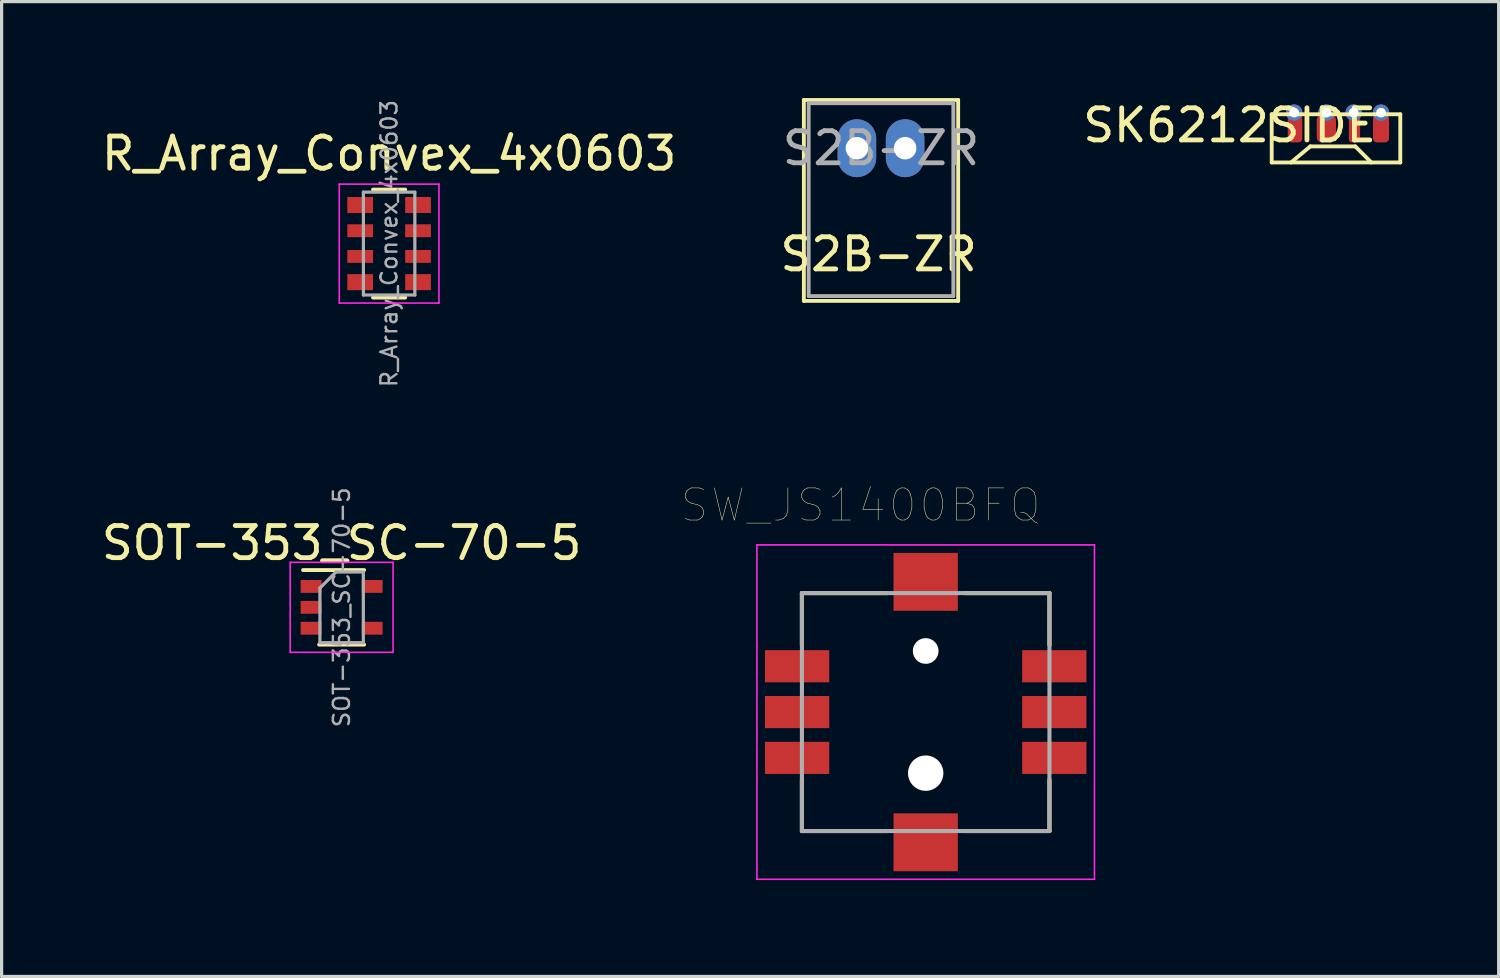
<source format=kicad_pcb>
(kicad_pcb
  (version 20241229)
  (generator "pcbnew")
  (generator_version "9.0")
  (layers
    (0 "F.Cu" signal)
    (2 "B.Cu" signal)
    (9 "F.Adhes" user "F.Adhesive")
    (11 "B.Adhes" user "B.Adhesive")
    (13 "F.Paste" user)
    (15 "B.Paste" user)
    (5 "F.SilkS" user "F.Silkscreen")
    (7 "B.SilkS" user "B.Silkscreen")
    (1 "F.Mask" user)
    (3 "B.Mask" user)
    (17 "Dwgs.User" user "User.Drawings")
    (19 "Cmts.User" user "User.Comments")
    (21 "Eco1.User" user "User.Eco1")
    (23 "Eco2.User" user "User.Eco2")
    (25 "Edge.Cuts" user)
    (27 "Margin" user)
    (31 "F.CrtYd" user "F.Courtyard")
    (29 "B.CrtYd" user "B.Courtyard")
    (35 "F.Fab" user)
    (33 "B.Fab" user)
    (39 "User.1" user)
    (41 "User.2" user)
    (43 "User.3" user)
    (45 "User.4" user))
  (footprint "R_Array_Convex_4x0603"
    (layer "F.Cu")
    (at 9.054 4.527)
    (property "Reference" "R_Array_Convex_4x0603" (at 0 -2.8 0) (layer "F.SilkS") (effects (font (size 1 1) (thickness 0.15))))
    (attr smd)
    (fp_line (start 0.5 -1.68) (end -0.5 -1.68) (stroke (width 0.12) (type solid)) (layer "F.SilkS"))
    (fp_line (start 0.5 1.68) (end -0.5 1.68) (stroke (width 0.12) (type solid)) (layer "F.SilkS"))
    (fp_line (start -1.55 -1.85) (end -1.55 1.85) (stroke (width 0.05) (type solid)) (layer "F.CrtYd"))
    (fp_line (start -1.55 -1.85) (end 1.55 -1.85) (stroke (width 0.05) (type solid)) (layer "F.CrtYd"))
    (fp_line (start 1.55 1.85) (end -1.55 1.85) (stroke (width 0.05) (type solid)) (layer "F.CrtYd"))
    (fp_line (start 1.55 1.85) (end 1.55 -1.85) (stroke (width 0.05) (type solid)) (layer "F.CrtYd"))
    (fp_line (start -0.8 -1.6) (end 0.8 -1.6) (stroke (width 0.1) (type solid)) (layer "F.Fab"))
    (fp_line (start -0.8 1.6) (end -0.8 -1.6) (stroke (width 0.1) (type solid)) (layer "F.Fab"))
    (fp_line (start 0.8 -1.6) (end 0.8 1.6) (stroke (width 0.1) (type solid)) (layer "F.Fab"))
    (fp_line (start 0.8 1.6) (end -0.8 1.6) (stroke (width 0.1) (type solid)) (layer "F.Fab"))
    (fp_text user "${REFERENCE}" (at 0 0 270) (layer "F.Fab") (effects (font (size 0.5 0.5) (thickness 0.075))))
    (pad "1" smd rect (at -0.9 -1.2) (size 0.8 0.5) (layers "F.Cu" "F.Mask" "F.Paste"))
    (pad "2" smd rect (at -0.9 -0.4) (size 0.8 0.4) (layers "F.Cu" "F.Mask" "F.Paste"))
    (pad "3" smd rect (at -0.9 0.4) (size 0.8 0.4) (layers "F.Cu" "F.Mask" "F.Paste"))
    (pad "4" smd rect (at -0.9 1.2) (size 0.8 0.5) (layers "F.Cu" "F.Mask" "F.Paste"))
    (pad "5" smd rect (at 0.9 1.2) (size 0.8 0.5) (layers "F.Cu" "F.Mask" "F.Paste"))
    (pad "6" smd rect (at 0.9 0.4) (size 0.8 0.4) (layers "F.Cu" "F.Mask" "F.Paste"))
    (pad "7" smd rect (at 0.9 -0.4) (size 0.8 0.4) (layers "F.Cu" "F.Mask" "F.Paste"))
    (pad "8" smd rect (at 0.9 -1.2) (size 0.8 0.5) (layers "F.Cu" "F.Mask" "F.Paste")))
  (footprint "SW_JS1400BFQ"
    (layer "F.Cu")
    (at 25.745 19.1)
    (property "Reference" "SW_JS1400BFQ" (at -2.025 -6.435 0) (layer "F.SilkS") (effects (font (size 1 1) (thickness 0.015))))
    (attr through_hole)
    (fp_line (start -3.85 -3.7) (end -1.19 -3.7) (stroke (width 0.127) (type solid)) (layer "F.SilkS"))
    (fp_line (start -3.85 -2.09) (end -3.85 -3.7) (stroke (width 0.127) (type solid)) (layer "F.SilkS"))
    (fp_line (start -3.85 3.7) (end -3.85 2.11) (stroke (width 0.127) (type solid)) (layer "F.SilkS"))
    (fp_line (start -1.19 3.7) (end -3.85 3.7) (stroke (width 0.127) (type solid)) (layer "F.SilkS"))
    (fp_line (start 1.2 -3.7) (end 3.85 -3.7) (stroke (width 0.127) (type solid)) (layer "F.SilkS"))
    (fp_line (start 3.85 -3.7) (end 3.85 -2.08) (stroke (width 0.127) (type solid)) (layer "F.SilkS"))
    (fp_line (start 3.85 2.1) (end 3.85 3.7) (stroke (width 0.127) (type solid)) (layer "F.SilkS"))
    (fp_line (start 3.85 3.7) (end 1.19 3.7) (stroke (width 0.127) (type solid)) (layer "F.SilkS"))
    (fp_line (start -5.25 -5.2) (end 5.25 -5.2) (stroke (width 0.05) (type solid)) (layer "F.CrtYd"))
    (fp_line (start -5.25 5.2) (end -5.25 -5.2) (stroke (width 0.05) (type solid)) (layer "F.CrtYd"))
    (fp_line (start 5.25 -5.2) (end 5.25 5.2) (stroke (width 0.05) (type solid)) (layer "F.CrtYd"))
    (fp_line (start 5.25 5.2) (end -5.25 5.2) (stroke (width 0.05) (type solid)) (layer "F.CrtYd"))
    (fp_line (start -3.85 -3.7) (end 3.85 -3.7) (stroke (width 0.127) (type solid)) (layer "F.Fab"))
    (fp_line (start -3.85 3.7) (end -3.85 -3.7) (stroke (width 0.127) (type solid)) (layer "F.Fab"))
    (fp_line (start 3.85 -3.7) (end 3.85 3.7) (stroke (width 0.127) (type solid)) (layer "F.Fab"))
    (fp_line (start 3.85 3.7) (end -3.85 3.7) (stroke (width 0.127) (type solid)) (layer "F.Fab"))
    (pad "" np_thru_hole circle (at 0 -1.9) (size 0.8 0.8) (drill 0.8) (layers "*.Cu" "*.Mask"))
    (pad "" np_thru_hole circle (at 0 1.9) (size 1.1 1.1) (drill 1.1) (layers "*.Cu" "*.Mask"))
    (pad "1" smd rect (at -4 -1.425) (size 2 1) (layers "F.Cu" "F.Mask" "F.Paste"))
    (pad "2" smd rect (at -4 0) (size 2 1) (layers "F.Cu" "F.Mask" "F.Paste"))
    (pad "3" smd rect (at -4 1.425) (size 2 1) (layers "F.Cu" "F.Mask" "F.Paste"))
    (pad "4" smd rect (at 4 -1.425) (size 2 1) (layers "F.Cu" "F.Mask" "F.Paste"))
    (pad "5" smd rect (at 4 0) (size 2 1) (layers "F.Cu" "F.Mask" "F.Paste"))
    (pad "6" smd rect (at 4 1.425) (size 2 1) (layers "F.Cu" "F.Mask" "F.Paste"))
    (pad "SH1" smd rect (at 0 -4.05) (size 2 1.8) (layers "F.Cu" "F.Mask" "F.Paste"))
    (pad "SH2" smd rect (at 0 4.05) (size 2 1.8) (layers "F.Cu" "F.Mask" "F.Paste")))
  (footprint "SK6212SIDE"
    (layer "F.Cu")
    (at 36.508 0.954)
    (property "Reference" "SK6212SIDE" (at -1.308 -0.106 0) (layer "F.SilkS") (effects (font (size 1 1) (thickness 0.15))))
    (attr through_hole)
    (fp_line (start 0 -0.45) (end 4 -0.45) (stroke (width 0.12) (type solid)) (layer "F.SilkS"))
    (fp_line (start 0 1.05) (end 0 -0.45) (stroke (width 0.12) (type solid)) (layer "F.SilkS"))
    (fp_line (start 0.6 1.05) (end 1.2 0.55) (stroke (width 0.12) (type solid)) (layer "F.SilkS"))
    (fp_line (start 1.2 0.55) (end 2.6 0.55) (stroke (width 0.12) (type solid)) (layer "F.SilkS"))
    (fp_line (start 2.6 0.55) (end 3.1 1.05) (stroke (width 0.12) (type solid)) (layer "F.SilkS"))
    (fp_line (start 4 -0.45) (end 4 1.05) (stroke (width 0.12) (type solid)) (layer "F.SilkS"))
    (fp_line (start 4 1.05) (end 0 1.05) (stroke (width 0.12) (type solid)) (layer "F.SilkS"))
    (pad "1" thru_hole circle (at 1.7 -0.5) (size 0.51 0.51) (drill 0.3) (layers "*.Cu"))
    (pad "1" smd roundrect (at 1.7 0) (size 0.6 0.85) (layers "F.Cu" "F.Mask" "F.Paste") (roundrect_rratio 0.25))
    (pad "2" thru_hole circle (at 2.55 -0.5) (size 0.51 0.51) (drill 0.3) (layers "*.Cu"))
    (pad "2" smd roundrect (at 2.575 0) (size 0.35 0.85) (layers "F.Cu" "F.Mask" "F.Paste") (roundrect_rratio 0.25))
    (pad "3" thru_hole circle (at 3.4 -0.5) (size 0.51 0.51) (drill 0.3) (layers "*.Cu"))
    (pad "3" smd roundrect (at 3.4 0) (size 0.5 0.85) (layers "F.Cu" "F.Mask" "F.Paste") (roundrect_rratio 0.25))
    (pad "4" thru_hole circle (at 0.7 -0.5) (size 0.51 0.51) (drill 0.3) (layers "*.Cu"))
    (pad "4" smd roundrect (at 0.725 0) (size 0.45 0.85) (layers "F.Cu" "F.Mask" "F.Paste") (roundrect_rratio 0.25)))
  (footprint "SOT-353_SC-70-5"
    (layer "F.Cu")
    (at 7.577 15.842)
    (property "Reference" "SOT-353_SC-70-5" (at 0 -2 0) (layer "F.SilkS") (effects (font (size 1 1) (thickness 0.15))))
    (attr smd)
    (fp_line (start -0.7 1.16) (end 0.7 1.16) (stroke (width 0.12) (type solid)) (layer "F.SilkS"))
    (fp_line (start 0.7 -1.16) (end -1.2 -1.16) (stroke (width 0.12) (type solid)) (layer "F.SilkS"))
    (fp_line (start -1.6 -1.4) (end -1.6 1.4) (stroke (width 0.05) (type solid)) (layer "F.CrtYd"))
    (fp_line (start -1.6 -1.4) (end 1.6 -1.4) (stroke (width 0.05) (type solid)) (layer "F.CrtYd"))
    (fp_line (start -1.6 1.4) (end 1.6 1.4) (stroke (width 0.05) (type solid)) (layer "F.CrtYd"))
    (fp_line (start 1.6 1.4) (end 1.6 -1.4) (stroke (width 0.05) (type solid)) (layer "F.CrtYd"))
    (fp_line (start -0.675 -0.6) (end -0.675 1.1) (stroke (width 0.1) (type solid)) (layer "F.Fab"))
    (fp_line (start -0.175 -1.1) (end -0.675 -0.6) (stroke (width 0.1) (type solid)) (layer "F.Fab"))
    (fp_line (start 0.675 -1.1) (end -0.175 -1.1) (stroke (width 0.1) (type solid)) (layer "F.Fab"))
    (fp_line (start 0.675 -1.1) (end 0.675 1.1) (stroke (width 0.1) (type solid)) (layer "F.Fab"))
    (fp_line (start 0.675 1.1) (end -0.675 1.1) (stroke (width 0.1) (type solid)) (layer "F.Fab"))
    (fp_text user "${REFERENCE}" (at 0 0 90) (layer "F.Fab") (effects (font (size 0.5 0.5) (thickness 0.075))))
    (pad "1" smd rect (at -0.95 -0.65) (size 0.65 0.4) (layers "F.Cu" "F.Mask" "F.Paste"))
    (pad "2" smd rect (at -0.95 0) (size 0.65 0.4) (layers "F.Cu" "F.Mask" "F.Paste"))
    (pad "3" smd rect (at -0.95 0.65) (size 0.65 0.4) (layers "F.Cu" "F.Mask" "F.Paste"))
    (pad "4" smd rect (at 0.95 0.65) (size 0.65 0.4) (layers "F.Cu" "F.Mask" "F.Paste"))
    (pad "5" smd rect (at 0.95 -0.65) (size 0.65 0.4) (layers "F.Cu" "F.Mask" "F.Paste")))
  (footprint "S2B-ZR"
    (layer "F.Cu")
    (at 24.355 1.56)
    (property "Reference" "S2B-ZR" (at -0.075 3.3 0) (layer "F.SilkS") (effects (font (size 1 1) (thickness 0.15))))
    (attr through_hole)
    (fp_line (start -2.4 -1.5) (end 2.4 -1.5) (stroke (width 0.12) (type solid)) (layer "F.SilkS"))
    (fp_line (start -2.4 4.75) (end -2.4 -1.5) (stroke (width 0.12) (type solid)) (layer "F.SilkS"))
    (fp_line (start 2.4 -1.5) (end 2.4 4.75) (stroke (width 0.12) (type solid)) (layer "F.SilkS"))
    (fp_line (start 2.4 4.75) (end -2.4 4.75) (stroke (width 0.12) (type solid)) (layer "F.SilkS"))
    (fp_line (start -2.25 -1.4) (end -2.25 4.6) (stroke (width 0.12) (type solid)) (layer "F.Fab"))
    (fp_line (start -2.25 4.6) (end -0.05 4.6) (stroke (width 0.12) (type solid)) (layer "F.Fab"))
    (fp_line (start 0 4.6) (end 2.25 4.6) (stroke (width 0.12) (type solid)) (layer "F.Fab"))
    (fp_line (start 2.25 -1.4) (end -2.25 -1.4) (stroke (width 0.12) (type solid)) (layer "F.Fab"))
    (fp_line (start 2.25 4.6) (end 2.25 -1.4) (stroke (width 0.12) (type solid)) (layer "F.Fab"))
    (fp_text user "${REFERENCE}" (at 0 0 0) (layer "F.Fab") (effects (font (size 1 1) (thickness 0.15))))
    (pad "1" thru_hole oval (at -0.75 0) (size 1.2 1.8) (drill 0.7) (layers "*.Cu" "*.Mask"))
    (pad "2" thru_hole oval (at 0.75 0) (size 1.2 1.8) (drill 0.7) (layers "*.Cu" "*.Mask")))
  (gr_rect
    (start -3 -3)
    (end 43.568 27.325)
    (stroke (width 0.1) (type default))
    (fill no)
    (layer "Edge.Cuts")))
</source>
